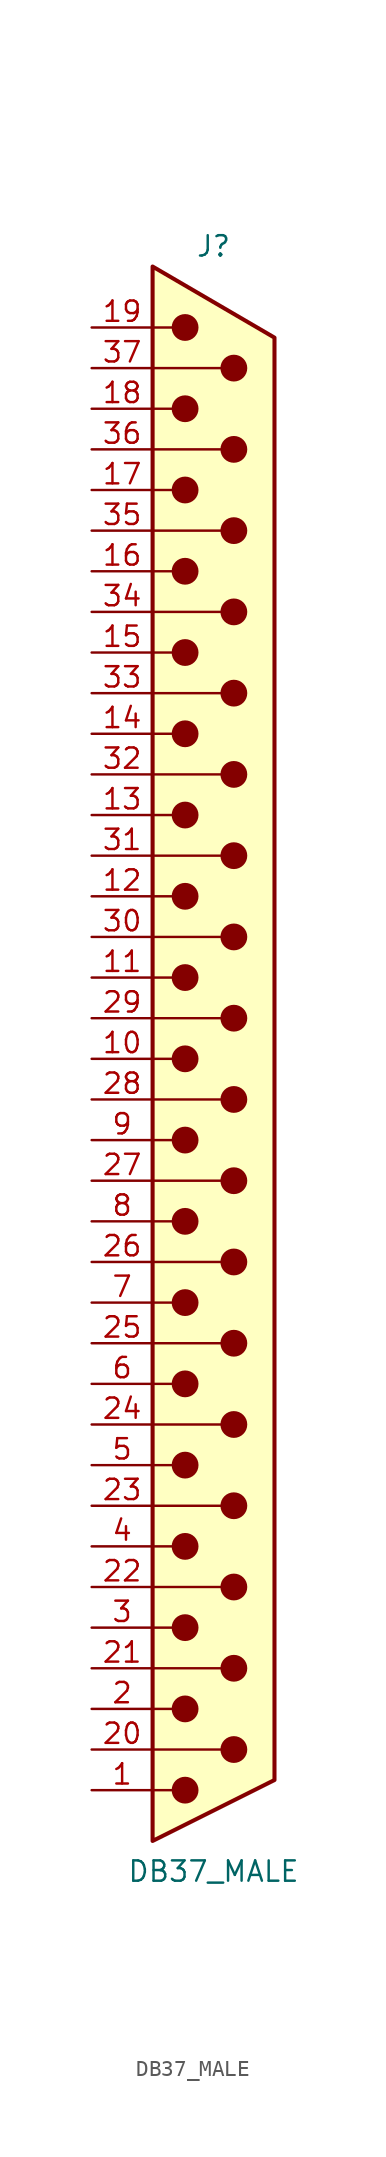
<source format=kicad_sym>
(kicad_symbol_lib
  (version 20211014)
  (generator kicad_symbol_editor)
  (symbol "DB37_MALE"
    (pin_names
      (offset 1.016) hide)
    (property "Reference" "J"
      (at 0 50.8 0)
      (effects (font (size 1.27 1.27))))
    (property "Value" "DB37_MALE"
      (at 0 -50.8 0)
      (effects (font (size 1.27 1.27))))
    (symbol "DB37_MALE_0_1"
      (circle (center -1.778 -45.72) (radius 0.762) (stroke (width 0) (type default) (color 0 0 0 0)) (fill (type outline)))
      (circle (center -1.778 -40.64) (radius 0.762) (stroke (width 0) (type default) (color 0 0 0 0)) (fill (type outline)))
      (circle (center -1.778 -35.56) (radius 0.762) (stroke (width 0) (type default) (color 0 0 0 0)) (fill (type outline)))
      (circle (center -1.778 -30.48) (radius 0.762) (stroke (width 0) (type default) (color 0 0 0 0)) (fill (type outline)))
      (circle (center -1.778 -25.4) (radius 0.762) (stroke (width 0) (type default) (color 0 0 0 0)) (fill (type outline)))
      (circle (center -1.778 -20.32) (radius 0.762) (stroke (width 0) (type default) (color 0 0 0 0)) (fill (type outline)))
      (circle (center -1.778 -15.24) (radius 0.762) (stroke (width 0) (type default) (color 0 0 0 0)) (fill (type outline)))
      (circle (center -1.778 -10.16) (radius 0.762) (stroke (width 0) (type default) (color 0 0 0 0)) (fill (type outline)))
      (circle (center -1.778 -5.08) (radius 0.762) (stroke (width 0) (type default) (color 0 0 0 0)) (fill (type outline)))
      (circle (center -1.778 0) (radius 0.762) (stroke (width 0) (type default) (color 0 0 0 0)) (fill (type outline)))
      (circle (center -1.778 5.08) (radius 0.762) (stroke (width 0) (type default) (color 0 0 0 0)) (fill (type outline)))
      (circle (center -1.778 10.16) (radius 0.762) (stroke (width 0) (type default) (color 0 0 0 0)) (fill (type outline)))
      (circle (center -1.778 15.24) (radius 0.762) (stroke (width 0) (type default) (color 0 0 0 0)) (fill (type outline)))
      (circle (center -1.778 20.32) (radius 0.762) (stroke (width 0) (type default) (color 0 0 0 0)) (fill (type outline)))
      (circle (center -1.778 25.4) (radius 0.762) (stroke (width 0) (type default) (color 0 0 0 0)) (fill (type outline)))
      (circle (center -1.778 30.48) (radius 0.762) (stroke (width 0) (type default) (color 0 0 0 0)) (fill (type outline)))
      (circle (center -1.778 35.56) (radius 0.762) (stroke (width 0) (type default) (color 0 0 0 0)) (fill (type outline)))
      (circle (center -1.778 40.64) (radius 0.762) (stroke (width 0) (type default) (color 0 0 0 0)) (fill (type outline)))
      (circle (center -1.778 45.72) (radius 0.762) (stroke (width 0) (type default) (color 0 0 0 0)) (fill (type outline)))
      (polyline (pts (xy -3.81 -45.72) (xy -2.54 -45.72)) (stroke (width 0) (type default) (color 0 0 0 0)) (fill (type none)))
      (polyline (pts (xy -3.81 -43.18) (xy 0.508 -43.18)) (stroke (width 0) (type default) (color 0 0 0 0)) (fill (type none)))
      (polyline (pts (xy -3.81 -40.64) (xy -2.54 -40.64)) (stroke (width 0) (type default) (color 0 0 0 0)) (fill (type none)))
      (polyline (pts (xy -3.81 -38.1) (xy 0.508 -38.1)) (stroke (width 0) (type default) (color 0 0 0 0)) (fill (type none)))
      (polyline (pts (xy -3.81 -35.56) (xy -2.54 -35.56)) (stroke (width 0) (type default) (color 0 0 0 0)) (fill (type none)))
      (polyline (pts (xy -3.81 -33.02) (xy 0.508 -33.02)) (stroke (width 0) (type default) (color 0 0 0 0)) (fill (type none)))
      (polyline (pts (xy -3.81 -30.48) (xy -2.54 -30.48)) (stroke (width 0) (type default) (color 0 0 0 0)) (fill (type none)))
      (polyline (pts (xy -3.81 -27.94) (xy 0.508 -27.94)) (stroke (width 0) (type default) (color 0 0 0 0)) (fill (type none)))
      (polyline (pts (xy -3.81 -25.4) (xy -2.54 -25.4)) (stroke (width 0) (type default) (color 0 0 0 0)) (fill (type none)))
      (polyline (pts (xy -3.81 -22.86) (xy 0.508 -22.86)) (stroke (width 0) (type default) (color 0 0 0 0)) (fill (type none)))
      (polyline (pts (xy -3.81 -20.32) (xy -2.54 -20.32)) (stroke (width 0) (type default) (color 0 0 0 0)) (fill (type none)))
      (polyline (pts (xy -3.81 -17.78) (xy 0.508 -17.78)) (stroke (width 0) (type default) (color 0 0 0 0)) (fill (type none)))
      (polyline (pts (xy -3.81 -15.24) (xy -2.54 -15.24)) (stroke (width 0) (type default) (color 0 0 0 0)) (fill (type none)))
      (polyline (pts (xy -3.81 -12.7) (xy 0.508 -12.7)) (stroke (width 0) (type default) (color 0 0 0 0)) (fill (type none)))
      (polyline (pts (xy -3.81 -10.16) (xy -2.54 -10.16)) (stroke (width 0) (type default) (color 0 0 0 0)) (fill (type none)))
      (polyline (pts (xy -3.81 -7.62) (xy 0.508 -7.62)) (stroke (width 0) (type default) (color 0 0 0 0)) (fill (type none)))
      (polyline (pts (xy -3.81 -5.08) (xy -2.54 -5.08)) (stroke (width 0) (type default) (color 0 0 0 0)) (fill (type none)))
      (polyline (pts (xy -3.81 -2.54) (xy 0.508 -2.54)) (stroke (width 0) (type default) (color 0 0 0 0)) (fill (type none)))
      (polyline (pts (xy -3.81 0) (xy -2.54 0)) (stroke (width 0) (type default) (color 0 0 0 0)) (fill (type none)))
      (polyline (pts (xy -3.81 2.54) (xy 0.508 2.54)) (stroke (width 0) (type default) (color 0 0 0 0)) (fill (type none)))
      (polyline (pts (xy -3.81 5.08) (xy -2.54 5.08)) (stroke (width 0) (type default) (color 0 0 0 0)) (fill (type none)))
      (polyline (pts (xy -3.81 7.62) (xy 0.508 7.62)) (stroke (width 0) (type default) (color 0 0 0 0)) (fill (type none)))
      (polyline (pts (xy -3.81 10.16) (xy -2.54 10.16)) (stroke (width 0) (type default) (color 0 0 0 0)) (fill (type none)))
      (polyline (pts (xy -3.81 12.7) (xy 0.508 12.7)) (stroke (width 0) (type default) (color 0 0 0 0)) (fill (type none)))
      (polyline (pts (xy -3.81 15.24) (xy -2.54 15.24)) (stroke (width 0) (type default) (color 0 0 0 0)) (fill (type none)))
      (polyline (pts (xy -3.81 17.78) (xy 0.508 17.78)) (stroke (width 0) (type default) (color 0 0 0 0)) (fill (type none)))
      (polyline (pts (xy -3.81 20.32) (xy -2.54 20.32)) (stroke (width 0) (type default) (color 0 0 0 0)) (fill (type none)))
      (polyline (pts (xy -3.81 22.86) (xy 0.508 22.86)) (stroke (width 0) (type default) (color 0 0 0 0)) (fill (type none)))
      (polyline (pts (xy -3.81 25.4) (xy -2.54 25.4)) (stroke (width 0) (type default) (color 0 0 0 0)) (fill (type none)))
      (polyline (pts (xy -3.81 27.94) (xy 0.508 27.94)) (stroke (width 0) (type default) (color 0 0 0 0)) (fill (type none)))
      (polyline (pts (xy -3.81 30.48) (xy -2.54 30.48)) (stroke (width 0) (type default) (color 0 0 0 0)) (fill (type none)))
      (polyline (pts (xy -3.81 33.02) (xy 0.508 33.02)) (stroke (width 0) (type default) (color 0 0 0 0)) (fill (type none)))
      (polyline (pts (xy -3.81 35.56) (xy -2.54 35.56)) (stroke (width 0) (type default) (color 0 0 0 0)) (fill (type none)))
      (polyline (pts (xy -3.81 38.1) (xy 0.508 38.1)) (stroke (width 0) (type default) (color 0 0 0 0)) (fill (type none)))
      (polyline (pts (xy -3.81 40.64) (xy -2.54 40.64)) (stroke (width 0) (type default) (color 0 0 0 0)) (fill (type none)))
      (polyline (pts (xy -3.81 43.18) (xy 0.508 43.18)) (stroke (width 0) (type default) (color 0 0 0 0)) (fill (type none)))
      (polyline (pts (xy -3.81 45.72) (xy -2.54 45.72)) (stroke (width 0) (type default) (color 0 0 0 0)) (fill (type none)))
      (polyline (pts (xy -3.81 49.53) (xy 3.81 45.085) (xy 3.81 -45.085) (xy -3.81 -48.895) (xy -3.81 49.53)) (stroke (width 0.254) (type default) (color 0 0 0 0)) (fill (type background)))
      (circle (center 1.27 -43.18) (radius 0.762) (stroke (width 0) (type default) (color 0 0 0 0)) (fill (type outline)))
      (circle (center 1.27 -38.1) (radius 0.762) (stroke (width 0) (type default) (color 0 0 0 0)) (fill (type outline)))
      (circle (center 1.27 -33.02) (radius 0.762) (stroke (width 0) (type default) (color 0 0 0 0)) (fill (type outline)))
      (circle (center 1.27 -27.94) (radius 0.762) (stroke (width 0) (type default) (color 0 0 0 0)) (fill (type outline)))
      (circle (center 1.27 -22.86) (radius 0.762) (stroke (width 0) (type default) (color 0 0 0 0)) (fill (type outline)))
      (circle (center 1.27 -17.78) (radius 0.762) (stroke (width 0) (type default) (color 0 0 0 0)) (fill (type outline)))
      (circle (center 1.27 -12.7) (radius 0.762) (stroke (width 0) (type default) (color 0 0 0 0)) (fill (type outline)))
      (circle (center 1.27 -7.62) (radius 0.762) (stroke (width 0) (type default) (color 0 0 0 0)) (fill (type outline)))
      (circle (center 1.27 -2.54) (radius 0.762) (stroke (width 0) (type default) (color 0 0 0 0)) (fill (type outline)))
      (circle (center 1.27 2.54) (radius 0.762) (stroke (width 0) (type default) (color 0 0 0 0)) (fill (type outline)))
      (circle (center 1.27 7.62) (radius 0.762) (stroke (width 0) (type default) (color 0 0 0 0)) (fill (type outline)))
      (circle (center 1.27 12.7) (radius 0.762) (stroke (width 0) (type default) (color 0 0 0 0)) (fill (type outline)))
      (circle (center 1.27 17.78) (radius 0.762) (stroke (width 0) (type default) (color 0 0 0 0)) (fill (type outline)))
      (circle (center 1.27 22.86) (radius 0.762) (stroke (width 0) (type default) (color 0 0 0 0)) (fill (type outline)))
      (circle (center 1.27 27.94) (radius 0.762) (stroke (width 0) (type default) (color 0 0 0 0)) (fill (type outline)))
      (circle (center 1.27 33.02) (radius 0.762) (stroke (width 0) (type default) (color 0 0 0 0)) (fill (type outline)))
      (circle (center 1.27 38.1) (radius 0.762) (stroke (width 0) (type default) (color 0 0 0 0)) (fill (type outline)))
      (circle (center 1.27 43.18) (radius 0.762) (stroke (width 0) (type default) (color 0 0 0 0)) (fill (type outline))))
    (symbol "DB37_MALE_1_1"
      (pin passive line (at -7.62 -45.72 0) (length 3.81) (name "1" (effects (font (size 1.27 1.27)))) (number "1" (effects (font (size 1.27 1.27)))))
      (pin passive line (at -7.62 0 0) (length 3.81) (name "10" (effects (font (size 1.27 1.27)))) (number "10" (effects (font (size 1.27 1.27)))))
      (pin passive line (at -7.62 5.08 0) (length 3.81) (name "11" (effects (font (size 1.27 1.27)))) (number "11" (effects (font (size 1.27 1.27)))))
      (pin passive line (at -7.62 10.16 0) (length 3.81) (name "12" (effects (font (size 1.27 1.27)))) (number "12" (effects (font (size 1.27 1.27)))))
      (pin passive line (at -7.62 15.24 0) (length 3.81) (name "13" (effects (font (size 1.27 1.27)))) (number "13" (effects (font (size 1.27 1.27)))))
      (pin passive line (at -7.62 20.32 0) (length 3.81) (name "14" (effects (font (size 1.27 1.27)))) (number "14" (effects (font (size 1.27 1.27)))))
      (pin passive line (at -7.62 25.4 0) (length 3.81) (name "15" (effects (font (size 1.27 1.27)))) (number "15" (effects (font (size 1.27 1.27)))))
      (pin passive line (at -7.62 30.48 0) (length 3.81) (name "16" (effects (font (size 1.27 1.27)))) (number "16" (effects (font (size 1.27 1.27)))))
      (pin passive line (at -7.62 35.56 0) (length 3.81) (name "17" (effects (font (size 1.27 1.27)))) (number "17" (effects (font (size 1.27 1.27)))))
      (pin passive line (at -7.62 40.64 0) (length 3.81) (name "18" (effects (font (size 1.27 1.27)))) (number "18" (effects (font (size 1.27 1.27)))))
      (pin passive line (at -7.62 45.72 0) (length 3.81) (name "19" (effects (font (size 1.27 1.27)))) (number "19" (effects (font (size 1.27 1.27)))))
      (pin passive line (at -7.62 -40.64 0) (length 3.81) (name "2" (effects (font (size 1.27 1.27)))) (number "2" (effects (font (size 1.27 1.27)))))
      (pin passive line (at -7.62 -43.18 0) (length 3.81) (name "20" (effects (font (size 1.27 1.27)))) (number "20" (effects (font (size 1.27 1.27)))))
      (pin passive line (at -7.62 -38.1 0) (length 3.81) (name "21" (effects (font (size 1.27 1.27)))) (number "21" (effects (font (size 1.27 1.27)))))
      (pin passive line (at -7.62 -33.02 0) (length 3.81) (name "22" (effects (font (size 1.27 1.27)))) (number "22" (effects (font (size 1.27 1.27)))))
      (pin passive line (at -7.62 -27.94 0) (length 3.81) (name "23" (effects (font (size 1.27 1.27)))) (number "23" (effects (font (size 1.27 1.27)))))
      (pin passive line (at -7.62 -22.86 0) (length 3.81) (name "24" (effects (font (size 1.27 1.27)))) (number "24" (effects (font (size 1.27 1.27)))))
      (pin passive line (at -7.62 -17.78 0) (length 3.81) (name "25" (effects (font (size 1.27 1.27)))) (number "25" (effects (font (size 1.27 1.27)))))
      (pin passive line (at -7.62 -12.7 0) (length 3.81) (name "26" (effects (font (size 1.27 1.27)))) (number "26" (effects (font (size 1.27 1.27)))))
      (pin passive line (at -7.62 -7.62 0) (length 3.81) (name "27" (effects (font (size 1.27 1.27)))) (number "27" (effects (font (size 1.27 1.27)))))
      (pin passive line (at -7.62 -2.54 0) (length 3.81) (name "28" (effects (font (size 1.27 1.27)))) (number "28" (effects (font (size 1.27 1.27)))))
      (pin passive line (at -7.62 2.54 0) (length 3.81) (name "29" (effects (font (size 1.27 1.27)))) (number "29" (effects (font (size 1.27 1.27)))))
      (pin passive line (at -7.62 -35.56 0) (length 3.81) (name "3" (effects (font (size 1.27 1.27)))) (number "3" (effects (font (size 1.27 1.27)))))
      (pin passive line (at -7.62 7.62 0) (length 3.81) (name "30" (effects (font (size 1.27 1.27)))) (number "30" (effects (font (size 1.27 1.27)))))
      (pin passive line (at -7.62 12.7 0) (length 3.81) (name "31" (effects (font (size 1.27 1.27)))) (number "31" (effects (font (size 1.27 1.27)))))
      (pin passive line (at -7.62 17.78 0) (length 3.81) (name "32" (effects (font (size 1.27 1.27)))) (number "32" (effects (font (size 1.27 1.27)))))
      (pin passive line (at -7.62 22.86 0) (length 3.81) (name "33" (effects (font (size 1.27 1.27)))) (number "33" (effects (font (size 1.27 1.27)))))
      (pin passive line (at -7.62 27.94 0) (length 3.81) (name "34" (effects (font (size 1.27 1.27)))) (number "34" (effects (font (size 1.27 1.27)))))
      (pin passive line (at -7.62 33.02 0) (length 3.81) (name "35" (effects (font (size 1.27 1.27)))) (number "35" (effects (font (size 1.27 1.27)))))
      (pin passive line (at -7.62 38.1 0) (length 3.81) (name "36" (effects (font (size 1.27 1.27)))) (number "36" (effects (font (size 1.27 1.27)))))
      (pin passive line (at -7.62 43.18 0) (length 3.81) (name "37" (effects (font (size 1.27 1.27)))) (number "37" (effects (font (size 1.27 1.27)))))
      (pin passive line (at -7.62 -30.48 0) (length 3.81) (name "4" (effects (font (size 1.27 1.27)))) (number "4" (effects (font (size 1.27 1.27)))))
      (pin passive line (at -7.62 -25.4 0) (length 3.81) (name "5" (effects (font (size 1.27 1.27)))) (number "5" (effects (font (size 1.27 1.27)))))
      (pin passive line (at -7.62 -20.32 0) (length 3.81) (name "6" (effects (font (size 1.27 1.27)))) (number "6" (effects (font (size 1.27 1.27)))))
      (pin passive line (at -7.62 -15.24 0) (length 3.81) (name "7" (effects (font (size 1.27 1.27)))) (number "7" (effects (font (size 1.27 1.27)))))
      (pin passive line (at -7.62 -10.16 0) (length 3.81) (name "8" (effects (font (size 1.27 1.27)))) (number "8" (effects (font (size 1.27 1.27)))))
      (pin passive line (at -7.62 -5.08 0) (length 3.81) (name "9" (effects (font (size 1.27 1.27)))) (number "9" (effects (font (size 1.27 1.27))))))))
</source>
